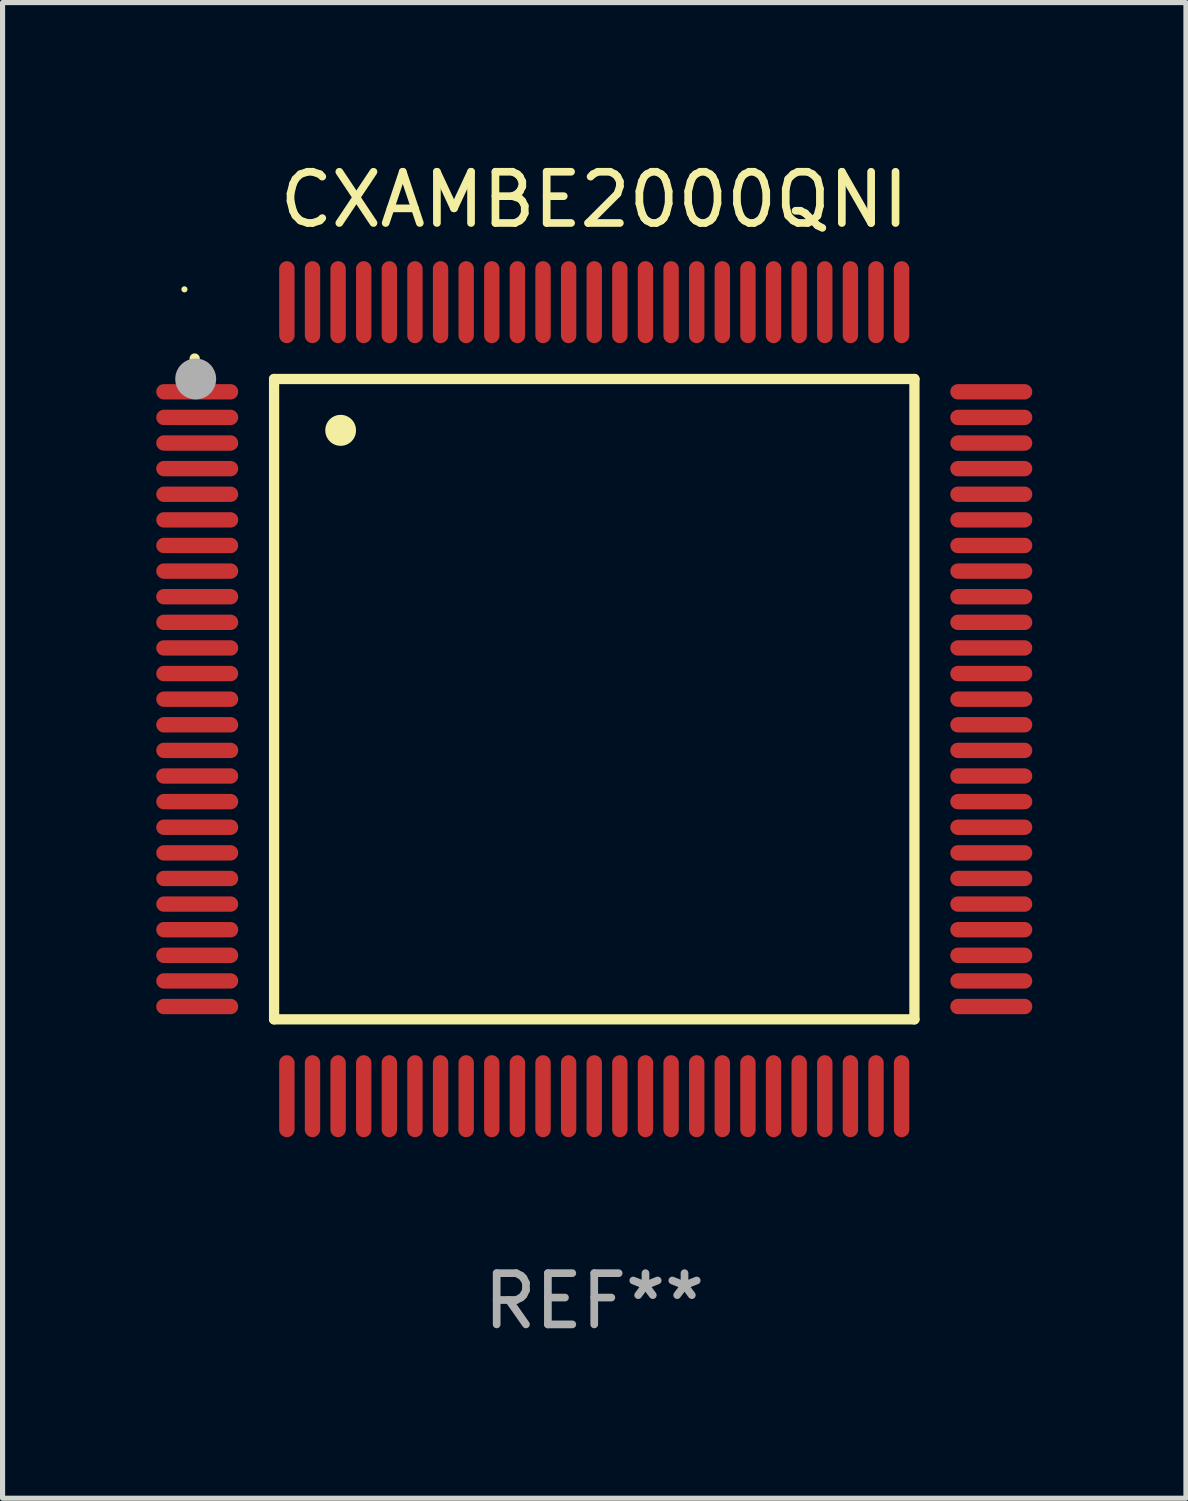
<source format=kicad_pcb>
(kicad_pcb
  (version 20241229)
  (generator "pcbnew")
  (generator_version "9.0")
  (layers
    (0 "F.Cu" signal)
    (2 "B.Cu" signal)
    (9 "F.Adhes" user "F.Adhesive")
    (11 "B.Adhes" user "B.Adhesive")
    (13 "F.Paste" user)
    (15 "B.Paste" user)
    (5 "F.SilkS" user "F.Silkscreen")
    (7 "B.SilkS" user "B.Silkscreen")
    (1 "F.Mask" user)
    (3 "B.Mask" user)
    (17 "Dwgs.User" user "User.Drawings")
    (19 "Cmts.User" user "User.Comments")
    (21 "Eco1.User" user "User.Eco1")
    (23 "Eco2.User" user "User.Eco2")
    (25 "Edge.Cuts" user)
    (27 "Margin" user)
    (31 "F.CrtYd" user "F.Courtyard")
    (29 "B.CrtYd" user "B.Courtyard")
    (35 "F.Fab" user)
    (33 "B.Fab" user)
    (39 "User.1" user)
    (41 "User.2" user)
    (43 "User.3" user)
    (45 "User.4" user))
  (footprint "CXAMBE2000QNI"
    (layer "F.Cu")
    (at 8.55 10.598)
    (property "Reference" "CXAMBE2000QNI" (at 0 -9.75 0) (layer "F.SilkS") (effects (font (size 1 1) (thickness 0.15))))
    (attr through_hole)
    (fp_line (start -6.25 -6.25) (end -6.25 6.25) (stroke (width 0.2) (type solid)) (layer "F.SilkS"))
    (fp_line (start -6.25 6.25) (end 6.25 6.25) (stroke (width 0.2) (type solid)) (layer "F.SilkS"))
    (fp_line (start 6.25 -6.25) (end -6.25 -6.25) (stroke (width 0.2) (type solid)) (layer "F.SilkS"))
    (fp_line (start 6.25 6.25) (end 6.25 -6.25) (stroke (width 0.2) (type solid)) (layer "F.SilkS"))
    (fp_arc (start -7.799568 -6.647625) (mid -7.799571 -6.648463) (end -7.799568 -6.649301) (stroke (width 0.2) (type solid)) (layer "F.SilkS"))
    (fp_arc (start -4.95047 -5.245111) (mid -4.950481 -5.247651) (end -4.95047 -5.250191) (stroke (width 0.6) (type solid)) (layer "F.SilkS"))
    (fp_circle (center -8 -8) (end -7.97 -8) (stroke (width 0.06) (type solid)) (fill no) (layer "F.SilkS"))
    (fp_circle (center -7.78 -6.25) (end -7.58 -6.25) (stroke (width 0.4) (type solid)) (fill no) (layer "F.Fab"))
    (fp_text user "REF**" (at 0 11.75 0) (layer "F.Fab") (effects (font (size 1 1) (thickness 0.15))))
    (pad "1" smd oval (at -7.75 -6 90) (size 0.3 1.6) (layers "F.Cu" "F.Mask" "F.Paste"))
    (pad "2" smd oval (at -7.75 -5.5 90) (size 0.3 1.6) (layers "F.Cu" "F.Mask" "F.Paste"))
    (pad "3" smd oval (at -7.75 -5 90) (size 0.3 1.6) (layers "F.Cu" "F.Mask" "F.Paste"))
    (pad "4" smd oval (at -7.75 -4.5 90) (size 0.3 1.6) (layers "F.Cu" "F.Mask" "F.Paste"))
    (pad "5" smd oval (at -7.75 -4 90) (size 0.3 1.6) (layers "F.Cu" "F.Mask" "F.Paste"))
    (pad "6" smd oval (at -7.75 -3.5 90) (size 0.3 1.6) (layers "F.Cu" "F.Mask" "F.Paste"))
    (pad "7" smd oval (at -7.75 -3 90) (size 0.3 1.6) (layers "F.Cu" "F.Mask" "F.Paste"))
    (pad "8" smd oval (at -7.75 -2.5 90) (size 0.3 1.6) (layers "F.Cu" "F.Mask" "F.Paste"))
    (pad "9" smd oval (at -7.75 -2 90) (size 0.3 1.6) (layers "F.Cu" "F.Mask" "F.Paste"))
    (pad "10" smd oval (at -7.75 -1.5 90) (size 0.3 1.6) (layers "F.Cu" "F.Mask" "F.Paste"))
    (pad "11" smd oval (at -7.75 -1 90) (size 0.3 1.6) (layers "F.Cu" "F.Mask" "F.Paste"))
    (pad "12" smd oval (at -7.75 -0.5 90) (size 0.3 1.6) (layers "F.Cu" "F.Mask" "F.Paste"))
    (pad "13" smd oval (at -7.75 0 90) (size 0.3 1.6) (layers "F.Cu" "F.Mask" "F.Paste"))
    (pad "14" smd oval (at -7.75 0.5 90) (size 0.3 1.6) (layers "F.Cu" "F.Mask" "F.Paste"))
    (pad "15" smd oval (at -7.75 1 90) (size 0.3 1.6) (layers "F.Cu" "F.Mask" "F.Paste"))
    (pad "16" smd oval (at -7.75 1.5 90) (size 0.3 1.6) (layers "F.Cu" "F.Mask" "F.Paste"))
    (pad "17" smd oval (at -7.75 2 90) (size 0.3 1.6) (layers "F.Cu" "F.Mask" "F.Paste"))
    (pad "18" smd oval (at -7.75 2.5 90) (size 0.3 1.6) (layers "F.Cu" "F.Mask" "F.Paste"))
    (pad "19" smd oval (at -7.75 3 90) (size 0.3 1.6) (layers "F.Cu" "F.Mask" "F.Paste"))
    (pad "20" smd oval (at -7.75 3.5 90) (size 0.3 1.6) (layers "F.Cu" "F.Mask" "F.Paste"))
    (pad "21" smd oval (at -7.75 4 90) (size 0.3 1.6) (layers "F.Cu" "F.Mask" "F.Paste"))
    (pad "22" smd oval (at -7.75 4.5 90) (size 0.3 1.6) (layers "F.Cu" "F.Mask" "F.Paste"))
    (pad "23" smd oval (at -7.75 5 90) (size 0.3 1.6) (layers "F.Cu" "F.Mask" "F.Paste"))
    (pad "24" smd oval (at -7.75 5.5 90) (size 0.3 1.6) (layers "F.Cu" "F.Mask" "F.Paste"))
    (pad "25" smd oval (at -7.75 6 90) (size 0.3 1.6) (layers "F.Cu" "F.Mask" "F.Paste"))
    (pad "26" smd oval (at -6 7.75) (size 0.3 1.6) (layers "F.Cu" "F.Mask" "F.Paste"))
    (pad "27" smd oval (at -5.5 7.75) (size 0.3 1.6) (layers "F.Cu" "F.Mask" "F.Paste"))
    (pad "28" smd oval (at -5 7.75) (size 0.3 1.6) (layers "F.Cu" "F.Mask" "F.Paste"))
    (pad "29" smd oval (at -4.5 7.75) (size 0.3 1.6) (layers "F.Cu" "F.Mask" "F.Paste"))
    (pad "30" smd oval (at -4 7.75) (size 0.3 1.6) (layers "F.Cu" "F.Mask" "F.Paste"))
    (pad "31" smd oval (at -3.5 7.75) (size 0.3 1.6) (layers "F.Cu" "F.Mask" "F.Paste"))
    (pad "32" smd oval (at -3 7.75) (size 0.3 1.6) (layers "F.Cu" "F.Mask" "F.Paste"))
    (pad "33" smd oval (at -2.5 7.75) (size 0.3 1.6) (layers "F.Cu" "F.Mask" "F.Paste"))
    (pad "34" smd oval (at -2 7.75) (size 0.3 1.6) (layers "F.Cu" "F.Mask" "F.Paste"))
    (pad "35" smd oval (at -1.5 7.75) (size 0.3 1.6) (layers "F.Cu" "F.Mask" "F.Paste"))
    (pad "36" smd oval (at -1 7.75) (size 0.3 1.6) (layers "F.Cu" "F.Mask" "F.Paste"))
    (pad "37" smd oval (at -0.5 7.75) (size 0.3 1.6) (layers "F.Cu" "F.Mask" "F.Paste"))
    (pad "38" smd oval (at 0 7.75) (size 0.3 1.6) (layers "F.Cu" "F.Mask" "F.Paste"))
    (pad "39" smd oval (at 0.5 7.75) (size 0.3 1.6) (layers "F.Cu" "F.Mask" "F.Paste"))
    (pad "40" smd oval (at 1 7.75) (size 0.3 1.6) (layers "F.Cu" "F.Mask" "F.Paste"))
    (pad "41" smd oval (at 1.5 7.75) (size 0.3 1.6) (layers "F.Cu" "F.Mask" "F.Paste"))
    (pad "42" smd oval (at 2 7.75) (size 0.3 1.6) (layers "F.Cu" "F.Mask" "F.Paste"))
    (pad "43" smd oval (at 2.5 7.75) (size 0.3 1.6) (layers "F.Cu" "F.Mask" "F.Paste"))
    (pad "44" smd oval (at 3 7.75) (size 0.3 1.6) (layers "F.Cu" "F.Mask" "F.Paste"))
    (pad "45" smd oval (at 3.5 7.75) (size 0.3 1.6) (layers "F.Cu" "F.Mask" "F.Paste"))
    (pad "46" smd oval (at 4 7.75) (size 0.3 1.6) (layers "F.Cu" "F.Mask" "F.Paste"))
    (pad "47" smd oval (at 4.5 7.75) (size 0.3 1.6) (layers "F.Cu" "F.Mask" "F.Paste"))
    (pad "48" smd oval (at 5 7.75) (size 0.3 1.6) (layers "F.Cu" "F.Mask" "F.Paste"))
    (pad "49" smd oval (at 5.5 7.75) (size 0.3 1.6) (layers "F.Cu" "F.Mask" "F.Paste"))
    (pad "50" smd oval (at 6 7.75) (size 0.3 1.6) (layers "F.Cu" "F.Mask" "F.Paste"))
    (pad "51" smd oval (at 7.75 6 90) (size 0.3 1.6) (layers "F.Cu" "F.Mask" "F.Paste"))
    (pad "52" smd oval (at 7.75 5.5 90) (size 0.3 1.6) (layers "F.Cu" "F.Mask" "F.Paste"))
    (pad "53" smd oval (at 7.75 5 90) (size 0.3 1.6) (layers "F.Cu" "F.Mask" "F.Paste"))
    (pad "54" smd oval (at 7.75 4.5 90) (size 0.3 1.6) (layers "F.Cu" "F.Mask" "F.Paste"))
    (pad "55" smd oval (at 7.75 4 90) (size 0.3 1.6) (layers "F.Cu" "F.Mask" "F.Paste"))
    (pad "56" smd oval (at 7.75 3.5 90) (size 0.3 1.6) (layers "F.Cu" "F.Mask" "F.Paste"))
    (pad "57" smd oval (at 7.75 3 90) (size 0.3 1.6) (layers "F.Cu" "F.Mask" "F.Paste"))
    (pad "58" smd oval (at 7.75 2.5 90) (size 0.3 1.6) (layers "F.Cu" "F.Mask" "F.Paste"))
    (pad "59" smd oval (at 7.75 2 90) (size 0.3 1.6) (layers "F.Cu" "F.Mask" "F.Paste"))
    (pad "60" smd oval (at 7.75 1.5 90) (size 0.3 1.6) (layers "F.Cu" "F.Mask" "F.Paste"))
    (pad "61" smd oval (at 7.75 1 90) (size 0.3 1.6) (layers "F.Cu" "F.Mask" "F.Paste"))
    (pad "62" smd oval (at 7.75 0.5 90) (size 0.3 1.6) (layers "F.Cu" "F.Mask" "F.Paste"))
    (pad "63" smd oval (at 7.75 0 90) (size 0.3 1.6) (layers "F.Cu" "F.Mask" "F.Paste"))
    (pad "64" smd oval (at 7.75 -0.5 90) (size 0.3 1.6) (layers "F.Cu" "F.Mask" "F.Paste"))
    (pad "65" smd oval (at 7.75 -1 90) (size 0.3 1.6) (layers "F.Cu" "F.Mask" "F.Paste"))
    (pad "66" smd oval (at 7.75 -1.5 90) (size 0.3 1.6) (layers "F.Cu" "F.Mask" "F.Paste"))
    (pad "67" smd oval (at 7.75 -2 90) (size 0.3 1.6) (layers "F.Cu" "F.Mask" "F.Paste"))
    (pad "68" smd oval (at 7.75 -2.5 90) (size 0.3 1.6) (layers "F.Cu" "F.Mask" "F.Paste"))
    (pad "69" smd oval (at 7.75 -3 90) (size 0.3 1.6) (layers "F.Cu" "F.Mask" "F.Paste"))
    (pad "70" smd oval (at 7.75 -3.5 90) (size 0.3 1.6) (layers "F.Cu" "F.Mask" "F.Paste"))
    (pad "71" smd oval (at 7.75 -4 90) (size 0.3 1.6) (layers "F.Cu" "F.Mask" "F.Paste"))
    (pad "72" smd oval (at 7.75 -4.5 90) (size 0.3 1.6) (layers "F.Cu" "F.Mask" "F.Paste"))
    (pad "73" smd oval (at 7.75 -5 90) (size 0.3 1.6) (layers "F.Cu" "F.Mask" "F.Paste"))
    (pad "74" smd oval (at 7.75 -5.5 90) (size 0.3 1.6) (layers "F.Cu" "F.Mask" "F.Paste"))
    (pad "75" smd oval (at 7.75 -6 90) (size 0.3 1.6) (layers "F.Cu" "F.Mask" "F.Paste"))
    (pad "76" smd oval (at 6 -7.75) (size 0.3 1.6) (layers "F.Cu" "F.Mask" "F.Paste"))
    (pad "77" smd oval (at 5.5 -7.75) (size 0.3 1.6) (layers "F.Cu" "F.Mask" "F.Paste"))
    (pad "78" smd oval (at 5 -7.75) (size 0.3 1.6) (layers "F.Cu" "F.Mask" "F.Paste"))
    (pad "79" smd oval (at 4.5 -7.75) (size 0.3 1.6) (layers "F.Cu" "F.Mask" "F.Paste"))
    (pad "80" smd oval (at 4 -7.75) (size 0.3 1.6) (layers "F.Cu" "F.Mask" "F.Paste"))
    (pad "81" smd oval (at 3.5 -7.75) (size 0.3 1.6) (layers "F.Cu" "F.Mask" "F.Paste"))
    (pad "82" smd oval (at 3 -7.75) (size 0.3 1.6) (layers "F.Cu" "F.Mask" "F.Paste"))
    (pad "83" smd oval (at 2.5 -7.75) (size 0.3 1.6) (layers "F.Cu" "F.Mask" "F.Paste"))
    (pad "84" smd oval (at 2 -7.75) (size 0.3 1.6) (layers "F.Cu" "F.Mask" "F.Paste"))
    (pad "85" smd oval (at 1.5 -7.75) (size 0.3 1.6) (layers "F.Cu" "F.Mask" "F.Paste"))
    (pad "86" smd oval (at 1 -7.75) (size 0.3 1.6) (layers "F.Cu" "F.Mask" "F.Paste"))
    (pad "87" smd oval (at 0.5 -7.75) (size 0.3 1.6) (layers "F.Cu" "F.Mask" "F.Paste"))
    (pad "88" smd oval (at 0 -7.75) (size 0.3 1.6) (layers "F.Cu" "F.Mask" "F.Paste"))
    (pad "89" smd oval (at -0.5 -7.75) (size 0.3 1.6) (layers "F.Cu" "F.Mask" "F.Paste"))
    (pad "90" smd oval (at -1 -7.75) (size 0.3 1.6) (layers "F.Cu" "F.Mask" "F.Paste"))
    (pad "91" smd oval (at -1.5 -7.75) (size 0.3 1.6) (layers "F.Cu" "F.Mask" "F.Paste"))
    (pad "92" smd oval (at -2 -7.75) (size 0.3 1.6) (layers "F.Cu" "F.Mask" "F.Paste"))
    (pad "93" smd oval (at -2.5 -7.75) (size 0.3 1.6) (layers "F.Cu" "F.Mask" "F.Paste"))
    (pad "94" smd oval (at -3 -7.75) (size 0.3 1.6) (layers "F.Cu" "F.Mask" "F.Paste"))
    (pad "95" smd oval (at -3.5 -7.75) (size 0.3 1.6) (layers "F.Cu" "F.Mask" "F.Paste"))
    (pad "96" smd oval (at -4 -7.75) (size 0.3 1.6) (layers "F.Cu" "F.Mask" "F.Paste"))
    (pad "97" smd oval (at -4.5 -7.75) (size 0.3 1.6) (layers "F.Cu" "F.Mask" "F.Paste"))
    (pad "98" smd oval (at -5 -7.75) (size 0.3 1.6) (layers "F.Cu" "F.Mask" "F.Paste"))
    (pad "99" smd oval (at -5.5 -7.75) (size 0.3 1.6) (layers "F.Cu" "F.Mask" "F.Paste"))
    (pad "100" smd oval (at -6 -7.75) (size 0.3 1.6) (layers "F.Cu" "F.Mask" "F.Paste")))
  (gr_rect
    (start -3 -3)
    (end 20.1 26.196)
    (stroke (width 0.1) (type default))
    (fill no)
    (layer "Edge.Cuts")))
</source>
